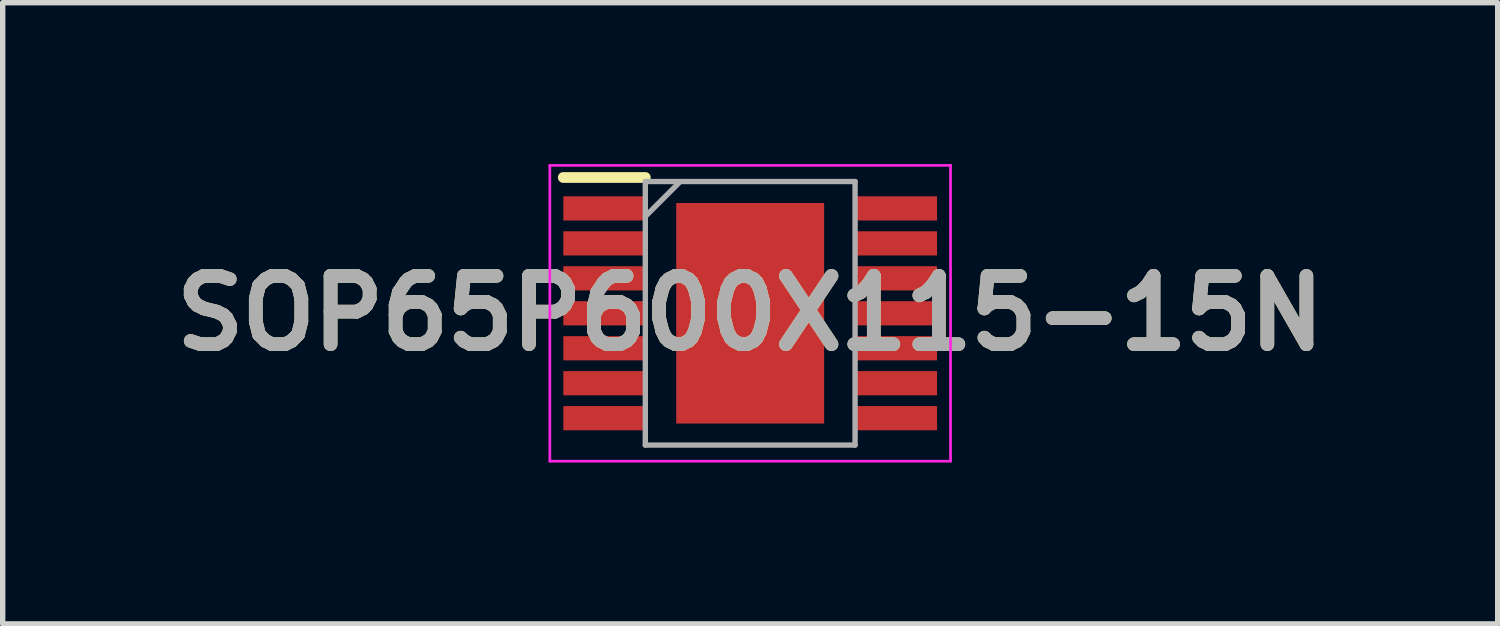
<source format=kicad_pcb>
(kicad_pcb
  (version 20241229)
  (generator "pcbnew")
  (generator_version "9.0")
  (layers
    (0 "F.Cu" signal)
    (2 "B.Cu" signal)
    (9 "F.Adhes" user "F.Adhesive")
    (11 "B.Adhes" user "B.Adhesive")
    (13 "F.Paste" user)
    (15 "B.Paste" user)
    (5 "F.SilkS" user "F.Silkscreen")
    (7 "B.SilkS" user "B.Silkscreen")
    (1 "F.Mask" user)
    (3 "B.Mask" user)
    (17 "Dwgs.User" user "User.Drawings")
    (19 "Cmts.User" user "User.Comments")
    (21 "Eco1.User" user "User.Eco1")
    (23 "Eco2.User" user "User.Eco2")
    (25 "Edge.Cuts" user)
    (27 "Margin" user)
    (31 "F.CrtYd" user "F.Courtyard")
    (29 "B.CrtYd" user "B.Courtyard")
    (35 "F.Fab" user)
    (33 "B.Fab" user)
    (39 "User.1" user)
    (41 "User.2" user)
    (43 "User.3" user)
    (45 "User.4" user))
  (footprint "SOP65P600X115-15N"
    (layer "F.Cu")
    (at 10.898 2.775)
    (property "Reference" "SOP65P600X115-15N" (at 0 0 0) (layer "F.SilkS") (effects (font (size 1.27 1.27) (thickness 0.254))))
    (attr smd)
    (fp_line (start -3.475 -2.525) (end -1.95 -2.525) (stroke (width 0.2) (type solid)) (layer "F.SilkS"))
    (fp_line (start -3.725 -2.75) (end 3.725 -2.75) (stroke (width 0.05) (type solid)) (layer "F.CrtYd"))
    (fp_line (start -3.725 2.75) (end -3.725 -2.75) (stroke (width 0.05) (type solid)) (layer "F.CrtYd"))
    (fp_line (start 3.725 -2.75) (end 3.725 2.75) (stroke (width 0.05) (type solid)) (layer "F.CrtYd"))
    (fp_line (start 3.725 2.75) (end -3.725 2.75) (stroke (width 0.05) (type solid)) (layer "F.CrtYd"))
    (fp_line (start -1.95 -2.45) (end 1.95 -2.45) (stroke (width 0.1) (type solid)) (layer "F.Fab"))
    (fp_line (start -1.95 -1.8) (end -1.3 -2.45) (stroke (width 0.1) (type solid)) (layer "F.Fab"))
    (fp_line (start -1.95 2.45) (end -1.95 -2.45) (stroke (width 0.1) (type solid)) (layer "F.Fab"))
    (fp_line (start 1.95 -2.45) (end 1.95 2.45) (stroke (width 0.1) (type solid)) (layer "F.Fab"))
    (fp_line (start 1.95 2.45) (end -1.95 2.45) (stroke (width 0.1) (type solid)) (layer "F.Fab"))
    (fp_text user "${REFERENCE}" (at 0 0 0) (layer "F.Fab") (effects (font (size 1.27 1.27) (thickness 0.254))))
    (pad "1" smd rect (at -2.712 -1.95 90) (size 0.45 1.525) (layers "F.Cu" "F.Mask" "F.Paste"))
    (pad "2" smd rect (at -2.712 -1.3 90) (size 0.45 1.525) (layers "F.Cu" "F.Mask" "F.Paste"))
    (pad "3" smd rect (at -2.712 -0.65 90) (size 0.45 1.525) (layers "F.Cu" "F.Mask" "F.Paste"))
    (pad "4" smd rect (at -2.712 0 90) (size 0.45 1.525) (layers "F.Cu" "F.Mask" "F.Paste"))
    (pad "5" smd rect (at -2.712 0.65 90) (size 0.45 1.525) (layers "F.Cu" "F.Mask" "F.Paste"))
    (pad "6" smd rect (at -2.712 1.3 90) (size 0.45 1.525) (layers "F.Cu" "F.Mask" "F.Paste"))
    (pad "7" smd rect (at -2.712 1.95 90) (size 0.45 1.525) (layers "F.Cu" "F.Mask" "F.Paste"))
    (pad "8" smd rect (at 2.712 1.95 90) (size 0.45 1.525) (layers "F.Cu" "F.Mask" "F.Paste"))
    (pad "9" smd rect (at 2.712 1.3 90) (size 0.45 1.525) (layers "F.Cu" "F.Mask" "F.Paste"))
    (pad "10" smd rect (at 2.712 0.65 90) (size 0.45 1.525) (layers "F.Cu" "F.Mask" "F.Paste"))
    (pad "11" smd rect (at 2.712 0 90) (size 0.45 1.525) (layers "F.Cu" "F.Mask" "F.Paste"))
    (pad "12" smd rect (at 2.712 -0.65 90) (size 0.45 1.525) (layers "F.Cu" "F.Mask" "F.Paste"))
    (pad "13" smd rect (at 2.712 -1.3 90) (size 0.45 1.525) (layers "F.Cu" "F.Mask" "F.Paste"))
    (pad "14" smd rect (at 2.712 -1.95 90) (size 0.45 1.525) (layers "F.Cu" "F.Mask" "F.Paste"))
    (pad "15" smd rect (at 0 0) (size 2.75 4.1) (layers "F.Cu" "F.Mask" "F.Paste")))
  (gr_rect
    (start -3 -3)
    (end 24.796 8.55)
    (stroke (width 0.1) (type default))
    (fill no)
    (layer "Edge.Cuts")))
</source>
